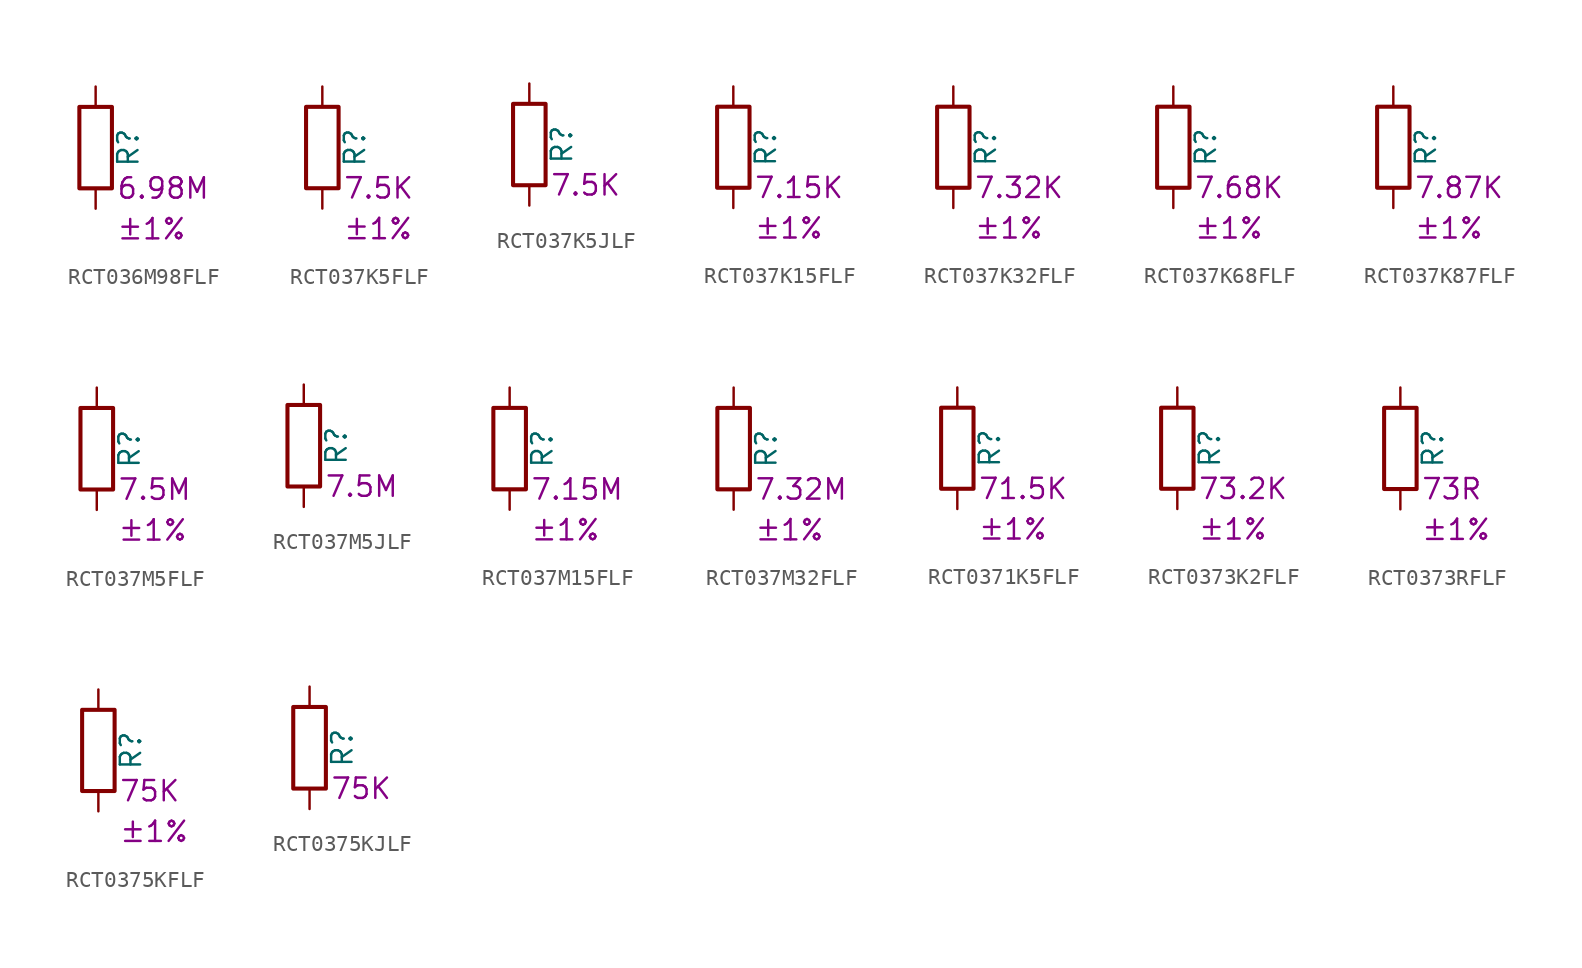
<source format=kicad_sym>
(kicad_symbol_lib
  (version 20220914)
  (generator kicad_symbol_editor)
  (symbol "RCT036M98FLF"
    (pin_numbers hide)
    (pin_names
      (offset 0))
    (property "Reference" "R"
      (at 2.032 0 90)
      (effects (font (size 1.27 1.27))))
    (property "Resistance" "6.98M"
      (at 1.27 -2.54 0)
      (effects (font (size 1.27 1.27)) (justify left)))
    (property "Tolerance" "±1%"
      (at 1.27 -5.08 0)
      (effects (font (size 1.27 1.27)) (justify left)))
    (symbol "RCT036M98FLF_0_1"
      (rectangle (start -1.016 -2.54) (end 1.016 2.54) (stroke (width 0.254) (type default)) (fill (type none))))
    (symbol "RCT036M98FLF_1_1"
      (pin passive line (at 0 3.81 270) (length 1.27) (name "~" (effects (font (size 1.27 1.27)))) (number "1" (effects (font (size 1.27 1.27)))))
      (pin passive line (at 0 -3.81 90) (length 1.27) (name "~" (effects (font (size 1.27 1.27)))) (number "2" (effects (font (size 1.27 1.27)))))))
  (symbol "RCT037K5FLF"
    (pin_numbers hide)
    (pin_names
      (offset 0))
    (property "Reference" "R"
      (at 2.032 0 90)
      (effects (font (size 1.27 1.27))))
    (property "Resistance" "7.5K"
      (at 1.27 -2.54 0)
      (effects (font (size 1.27 1.27)) (justify left)))
    (property "Tolerance" "±1%"
      (at 1.27 -5.08 0)
      (effects (font (size 1.27 1.27)) (justify left)))
    (symbol "RCT037K5FLF_0_1"
      (rectangle (start -1.016 -2.54) (end 1.016 2.54) (stroke (width 0.254) (type default)) (fill (type none))))
    (symbol "RCT037K5FLF_1_1"
      (pin passive line (at 0 3.81 270) (length 1.27) (name "~" (effects (font (size 1.27 1.27)))) (number "1" (effects (font (size 1.27 1.27)))))
      (pin passive line (at 0 -3.81 90) (length 1.27) (name "~" (effects (font (size 1.27 1.27)))) (number "2" (effects (font (size 1.27 1.27)))))))
  (symbol "RCT037K5JLF"
    (pin_numbers hide)
    (pin_names
      (offset 0))
    (property "Reference" "R"
      (at 2.032 0 90)
      (effects (font (size 1.27 1.27))))
    (property "Resistance" "7.5K"
      (at 1.27 -2.54 0)
      (effects (font (size 1.27 1.27)) (justify left)))
    (symbol "RCT037K5JLF_0_1"
      (rectangle (start -1.016 -2.54) (end 1.016 2.54) (stroke (width 0.254) (type default)) (fill (type none))))
    (symbol "RCT037K5JLF_1_1"
      (pin passive line (at 0 3.81 270) (length 1.27) (name "~" (effects (font (size 1.27 1.27)))) (number "1" (effects (font (size 1.27 1.27)))))
      (pin passive line (at 0 -3.81 90) (length 1.27) (name "~" (effects (font (size 1.27 1.27)))) (number "2" (effects (font (size 1.27 1.27)))))))
  (symbol "RCT037K15FLF"
    (pin_numbers hide)
    (pin_names
      (offset 0))
    (property "Reference" "R"
      (at 2.032 0 90)
      (effects (font (size 1.27 1.27))))
    (property "Resistance" "7.15K"
      (at 1.27 -2.54 0)
      (effects (font (size 1.27 1.27)) (justify left)))
    (property "Tolerance" "±1%"
      (at 1.27 -5.08 0)
      (effects (font (size 1.27 1.27)) (justify left)))
    (symbol "RCT037K15FLF_0_1"
      (rectangle (start -1.016 -2.54) (end 1.016 2.54) (stroke (width 0.254) (type default)) (fill (type none))))
    (symbol "RCT037K15FLF_1_1"
      (pin passive line (at 0 3.81 270) (length 1.27) (name "~" (effects (font (size 1.27 1.27)))) (number "1" (effects (font (size 1.27 1.27)))))
      (pin passive line (at 0 -3.81 90) (length 1.27) (name "~" (effects (font (size 1.27 1.27)))) (number "2" (effects (font (size 1.27 1.27)))))))
  (symbol "RCT037K32FLF"
    (pin_numbers hide)
    (pin_names
      (offset 0))
    (property "Reference" "R"
      (at 2.032 0 90)
      (effects (font (size 1.27 1.27))))
    (property "Resistance" "7.32K"
      (at 1.27 -2.54 0)
      (effects (font (size 1.27 1.27)) (justify left)))
    (property "Tolerance" "±1%"
      (at 1.27 -5.08 0)
      (effects (font (size 1.27 1.27)) (justify left)))
    (symbol "RCT037K32FLF_0_1"
      (rectangle (start -1.016 -2.54) (end 1.016 2.54) (stroke (width 0.254) (type default)) (fill (type none))))
    (symbol "RCT037K32FLF_1_1"
      (pin passive line (at 0 3.81 270) (length 1.27) (name "~" (effects (font (size 1.27 1.27)))) (number "1" (effects (font (size 1.27 1.27)))))
      (pin passive line (at 0 -3.81 90) (length 1.27) (name "~" (effects (font (size 1.27 1.27)))) (number "2" (effects (font (size 1.27 1.27)))))))
  (symbol "RCT037K68FLF"
    (pin_numbers hide)
    (pin_names
      (offset 0))
    (property "Reference" "R"
      (at 2.032 0 90)
      (effects (font (size 1.27 1.27))))
    (property "Resistance" "7.68K"
      (at 1.27 -2.54 0)
      (effects (font (size 1.27 1.27)) (justify left)))
    (property "Tolerance" "±1%"
      (at 1.27 -5.08 0)
      (effects (font (size 1.27 1.27)) (justify left)))
    (symbol "RCT037K68FLF_0_1"
      (rectangle (start -1.016 -2.54) (end 1.016 2.54) (stroke (width 0.254) (type default)) (fill (type none))))
    (symbol "RCT037K68FLF_1_1"
      (pin passive line (at 0 3.81 270) (length 1.27) (name "~" (effects (font (size 1.27 1.27)))) (number "1" (effects (font (size 1.27 1.27)))))
      (pin passive line (at 0 -3.81 90) (length 1.27) (name "~" (effects (font (size 1.27 1.27)))) (number "2" (effects (font (size 1.27 1.27)))))))
  (symbol "RCT037K87FLF"
    (pin_numbers hide)
    (pin_names
      (offset 0))
    (property "Reference" "R"
      (at 2.032 0 90)
      (effects (font (size 1.27 1.27))))
    (property "Resistance" "7.87K"
      (at 1.27 -2.54 0)
      (effects (font (size 1.27 1.27)) (justify left)))
    (property "Tolerance" "±1%"
      (at 1.27 -5.08 0)
      (effects (font (size 1.27 1.27)) (justify left)))
    (symbol "RCT037K87FLF_0_1"
      (rectangle (start -1.016 -2.54) (end 1.016 2.54) (stroke (width 0.254) (type default)) (fill (type none))))
    (symbol "RCT037K87FLF_1_1"
      (pin passive line (at 0 3.81 270) (length 1.27) (name "~" (effects (font (size 1.27 1.27)))) (number "1" (effects (font (size 1.27 1.27)))))
      (pin passive line (at 0 -3.81 90) (length 1.27) (name "~" (effects (font (size 1.27 1.27)))) (number "2" (effects (font (size 1.27 1.27)))))))
  (symbol "RCT037M5FLF"
    (pin_numbers hide)
    (pin_names
      (offset 0))
    (property "Reference" "R"
      (at 2.032 0 90)
      (effects (font (size 1.27 1.27))))
    (property "Resistance" "7.5M"
      (at 1.27 -2.54 0)
      (effects (font (size 1.27 1.27)) (justify left)))
    (property "Tolerance" "±1%"
      (at 1.27 -5.08 0)
      (effects (font (size 1.27 1.27)) (justify left)))
    (symbol "RCT037M5FLF_0_1"
      (rectangle (start -1.016 -2.54) (end 1.016 2.54) (stroke (width 0.254) (type default)) (fill (type none))))
    (symbol "RCT037M5FLF_1_1"
      (pin passive line (at 0 3.81 270) (length 1.27) (name "~" (effects (font (size 1.27 1.27)))) (number "1" (effects (font (size 1.27 1.27)))))
      (pin passive line (at 0 -3.81 90) (length 1.27) (name "~" (effects (font (size 1.27 1.27)))) (number "2" (effects (font (size 1.27 1.27)))))))
  (symbol "RCT037M5JLF"
    (pin_numbers hide)
    (pin_names
      (offset 0))
    (property "Reference" "R"
      (at 2.032 0 90)
      (effects (font (size 1.27 1.27))))
    (property "Resistance" "7.5M"
      (at 1.27 -2.54 0)
      (effects (font (size 1.27 1.27)) (justify left)))
    (symbol "RCT037M5JLF_0_1"
      (rectangle (start -1.016 -2.54) (end 1.016 2.54) (stroke (width 0.254) (type default)) (fill (type none))))
    (symbol "RCT037M5JLF_1_1"
      (pin passive line (at 0 3.81 270) (length 1.27) (name "~" (effects (font (size 1.27 1.27)))) (number "1" (effects (font (size 1.27 1.27)))))
      (pin passive line (at 0 -3.81 90) (length 1.27) (name "~" (effects (font (size 1.27 1.27)))) (number "2" (effects (font (size 1.27 1.27)))))))
  (symbol "RCT037M15FLF"
    (pin_numbers hide)
    (pin_names
      (offset 0))
    (property "Reference" "R"
      (at 2.032 0 90)
      (effects (font (size 1.27 1.27))))
    (property "Resistance" "7.15M"
      (at 1.27 -2.54 0)
      (effects (font (size 1.27 1.27)) (justify left)))
    (property "Tolerance" "±1%"
      (at 1.27 -5.08 0)
      (effects (font (size 1.27 1.27)) (justify left)))
    (symbol "RCT037M15FLF_0_1"
      (rectangle (start -1.016 -2.54) (end 1.016 2.54) (stroke (width 0.254) (type default)) (fill (type none))))
    (symbol "RCT037M15FLF_1_1"
      (pin passive line (at 0 3.81 270) (length 1.27) (name "~" (effects (font (size 1.27 1.27)))) (number "1" (effects (font (size 1.27 1.27)))))
      (pin passive line (at 0 -3.81 90) (length 1.27) (name "~" (effects (font (size 1.27 1.27)))) (number "2" (effects (font (size 1.27 1.27)))))))
  (symbol "RCT037M32FLF"
    (pin_numbers hide)
    (pin_names
      (offset 0))
    (property "Reference" "R"
      (at 2.032 0 90)
      (effects (font (size 1.27 1.27))))
    (property "Resistance" "7.32M"
      (at 1.27 -2.54 0)
      (effects (font (size 1.27 1.27)) (justify left)))
    (property "Tolerance" "±1%"
      (at 1.27 -5.08 0)
      (effects (font (size 1.27 1.27)) (justify left)))
    (symbol "RCT037M32FLF_0_1"
      (rectangle (start -1.016 -2.54) (end 1.016 2.54) (stroke (width 0.254) (type default)) (fill (type none))))
    (symbol "RCT037M32FLF_1_1"
      (pin passive line (at 0 3.81 270) (length 1.27) (name "~" (effects (font (size 1.27 1.27)))) (number "1" (effects (font (size 1.27 1.27)))))
      (pin passive line (at 0 -3.81 90) (length 1.27) (name "~" (effects (font (size 1.27 1.27)))) (number "2" (effects (font (size 1.27 1.27)))))))
  (symbol "RCT0371K5FLF"
    (pin_numbers hide)
    (pin_names
      (offset 0))
    (property "Reference" "R"
      (at 2.032 0 90)
      (effects (font (size 1.27 1.27))))
    (property "Resistance" "71.5K"
      (at 1.27 -2.54 0)
      (effects (font (size 1.27 1.27)) (justify left)))
    (property "Tolerance" "±1%"
      (at 1.27 -5.08 0)
      (effects (font (size 1.27 1.27)) (justify left)))
    (symbol "RCT0371K5FLF_0_1"
      (rectangle (start -1.016 -2.54) (end 1.016 2.54) (stroke (width 0.254) (type default)) (fill (type none))))
    (symbol "RCT0371K5FLF_1_1"
      (pin passive line (at 0 3.81 270) (length 1.27) (name "~" (effects (font (size 1.27 1.27)))) (number "1" (effects (font (size 1.27 1.27)))))
      (pin passive line (at 0 -3.81 90) (length 1.27) (name "~" (effects (font (size 1.27 1.27)))) (number "2" (effects (font (size 1.27 1.27)))))))
  (symbol "RCT0373K2FLF"
    (pin_numbers hide)
    (pin_names
      (offset 0))
    (property "Reference" "R"
      (at 2.032 0 90)
      (effects (font (size 1.27 1.27))))
    (property "Resistance" "73.2K"
      (at 1.27 -2.54 0)
      (effects (font (size 1.27 1.27)) (justify left)))
    (property "Tolerance" "±1%"
      (at 1.27 -5.08 0)
      (effects (font (size 1.27 1.27)) (justify left)))
    (symbol "RCT0373K2FLF_0_1"
      (rectangle (start -1.016 -2.54) (end 1.016 2.54) (stroke (width 0.254) (type default)) (fill (type none))))
    (symbol "RCT0373K2FLF_1_1"
      (pin passive line (at 0 3.81 270) (length 1.27) (name "~" (effects (font (size 1.27 1.27)))) (number "1" (effects (font (size 1.27 1.27)))))
      (pin passive line (at 0 -3.81 90) (length 1.27) (name "~" (effects (font (size 1.27 1.27)))) (number "2" (effects (font (size 1.27 1.27)))))))
  (symbol "RCT0373RFLF"
    (pin_numbers hide)
    (pin_names
      (offset 0))
    (property "Reference" "R"
      (at 2.032 0 90)
      (effects (font (size 1.27 1.27))))
    (property "Resistance" "73R"
      (at 1.27 -2.54 0)
      (effects (font (size 1.27 1.27)) (justify left)))
    (property "Tolerance" "±1%"
      (at 1.27 -5.08 0)
      (effects (font (size 1.27 1.27)) (justify left)))
    (symbol "RCT0373RFLF_0_1"
      (rectangle (start -1.016 -2.54) (end 1.016 2.54) (stroke (width 0.254) (type default)) (fill (type none))))
    (symbol "RCT0373RFLF_1_1"
      (pin passive line (at 0 3.81 270) (length 1.27) (name "~" (effects (font (size 1.27 1.27)))) (number "1" (effects (font (size 1.27 1.27)))))
      (pin passive line (at 0 -3.81 90) (length 1.27) (name "~" (effects (font (size 1.27 1.27)))) (number "2" (effects (font (size 1.27 1.27)))))))
  (symbol "RCT0375KFLF"
    (pin_numbers hide)
    (pin_names
      (offset 0))
    (property "Reference" "R"
      (at 2.032 0 90)
      (effects (font (size 1.27 1.27))))
    (property "Resistance" "75K"
      (at 1.27 -2.54 0)
      (effects (font (size 1.27 1.27)) (justify left)))
    (property "Tolerance" "±1%"
      (at 1.27 -5.08 0)
      (effects (font (size 1.27 1.27)) (justify left)))
    (symbol "RCT0375KFLF_0_1"
      (rectangle (start -1.016 -2.54) (end 1.016 2.54) (stroke (width 0.254) (type default)) (fill (type none))))
    (symbol "RCT0375KFLF_1_1"
      (pin passive line (at 0 3.81 270) (length 1.27) (name "~" (effects (font (size 1.27 1.27)))) (number "1" (effects (font (size 1.27 1.27)))))
      (pin passive line (at 0 -3.81 90) (length 1.27) (name "~" (effects (font (size 1.27 1.27)))) (number "2" (effects (font (size 1.27 1.27)))))))
  (symbol "RCT0375KJLF"
    (pin_numbers hide)
    (pin_names
      (offset 0))
    (property "Reference" "R"
      (at 2.032 0 90)
      (effects (font (size 1.27 1.27))))
    (property "Resistance" "75K"
      (at 1.27 -2.54 0)
      (effects (font (size 1.27 1.27)) (justify left)))
    (symbol "RCT0375KJLF_0_1"
      (rectangle (start -1.016 -2.54) (end 1.016 2.54) (stroke (width 0.254) (type default)) (fill (type none))))
    (symbol "RCT0375KJLF_1_1"
      (pin passive line (at 0 3.81 270) (length 1.27) (name "~" (effects (font (size 1.27 1.27)))) (number "1" (effects (font (size 1.27 1.27)))))
      (pin passive line (at 0 -3.81 90) (length 1.27) (name "~" (effects (font (size 1.27 1.27)))) (number "2" (effects (font (size 1.27 1.27))))))))
</source>
